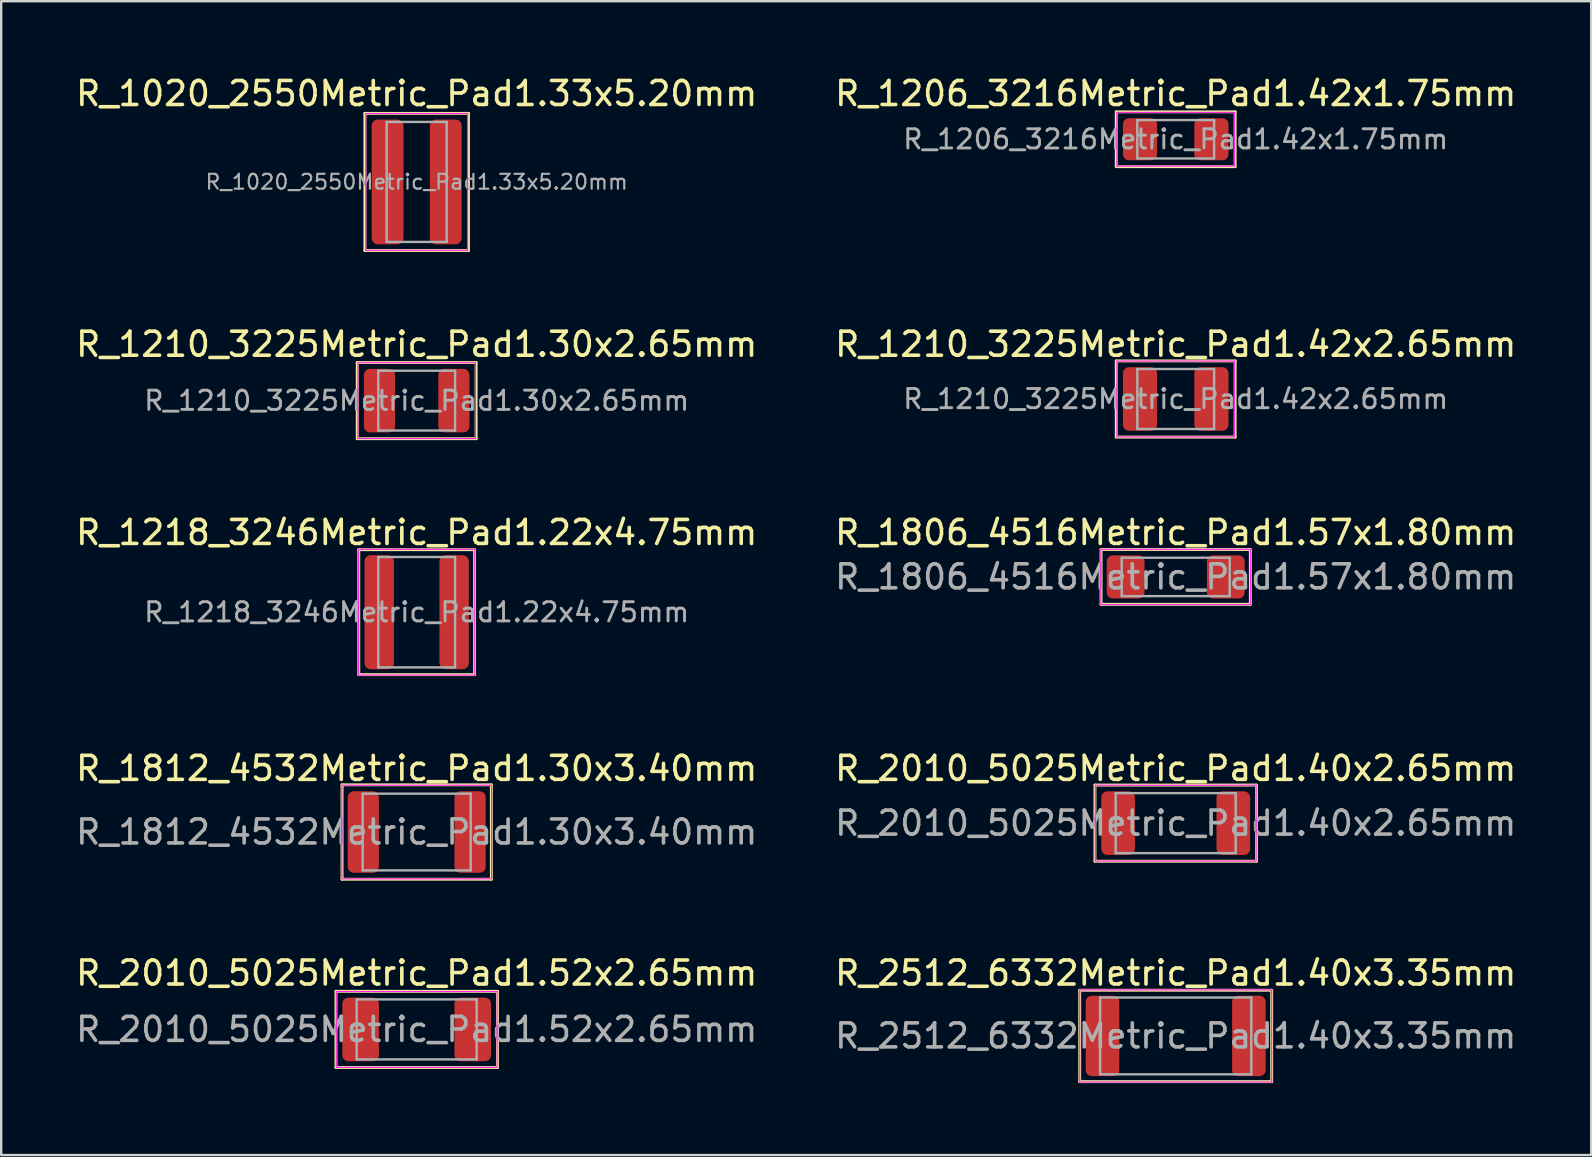
<source format=kicad_pcb>
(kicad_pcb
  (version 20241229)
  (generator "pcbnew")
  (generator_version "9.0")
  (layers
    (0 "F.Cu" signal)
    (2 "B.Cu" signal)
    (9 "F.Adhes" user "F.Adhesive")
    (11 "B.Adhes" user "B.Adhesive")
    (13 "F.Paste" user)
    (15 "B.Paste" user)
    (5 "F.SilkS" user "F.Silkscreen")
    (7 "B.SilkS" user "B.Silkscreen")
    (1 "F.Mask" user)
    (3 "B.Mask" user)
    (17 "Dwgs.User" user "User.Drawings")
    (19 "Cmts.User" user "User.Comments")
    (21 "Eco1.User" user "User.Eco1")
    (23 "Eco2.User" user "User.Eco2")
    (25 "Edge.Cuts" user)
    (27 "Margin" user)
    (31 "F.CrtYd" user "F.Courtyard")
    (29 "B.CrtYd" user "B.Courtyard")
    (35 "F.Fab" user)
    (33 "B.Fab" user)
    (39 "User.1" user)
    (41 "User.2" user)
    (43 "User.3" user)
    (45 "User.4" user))
  (footprint "R_1806_4516Metric_Pad1.57x1.80mm"
    (layer "F.Cu")
    (at 45.946 20.992)
    (property "Reference" "R_1806_4516Metric_Pad1.57x1.80mm" (at 0 -1.85 0) (layer "F.SilkS") (effects (font (size 1 1) (thickness 0.15))))
    (attr smd)
    (fp_line (start -3.111 -1.143) (end -3.111 1.143) (stroke (width 0.12) (type solid)) (layer "F.SilkS"))
    (fp_line (start -3.111 1.143) (end 3.111 1.143) (stroke (width 0.12) (type solid)) (layer "F.SilkS"))
    (fp_line (start 3.111 -1.143) (end -3.111 -1.143) (stroke (width 0.12) (type solid)) (layer "F.SilkS"))
    (fp_line (start 3.111 1.143) (end 3.111 -1.143) (stroke (width 0.12) (type solid)) (layer "F.SilkS"))
    (fp_line (start -3.12 -1.15) (end 3.12 -1.15) (stroke (width 0.05) (type solid)) (layer "F.CrtYd"))
    (fp_line (start -3.12 1.15) (end -3.12 -1.15) (stroke (width 0.05) (type solid)) (layer "F.CrtYd"))
    (fp_line (start 3.12 -1.15) (end 3.12 1.15) (stroke (width 0.05) (type solid)) (layer "F.CrtYd"))
    (fp_line (start 3.12 1.15) (end -3.12 1.15) (stroke (width 0.05) (type solid)) (layer "F.CrtYd"))
    (fp_line (start -2.25 -0.8) (end 2.25 -0.8) (stroke (width 0.1) (type solid)) (layer "F.Fab"))
    (fp_line (start -2.25 0.8) (end -2.25 -0.8) (stroke (width 0.1) (type solid)) (layer "F.Fab"))
    (fp_line (start 2.25 -0.8) (end 2.25 0.8) (stroke (width 0.1) (type solid)) (layer "F.Fab"))
    (fp_line (start 2.25 0.8) (end -2.25 0.8) (stroke (width 0.1) (type solid)) (layer "F.Fab"))
    (fp_text user "${REFERENCE}" (at 0 0 0) (layer "F.Fab") (effects (font (size 1 1) (thickness 0.15))))
    (pad "1" smd roundrect (at -2.087 0) (size 1.575 1.8) (layers "F.Cu" "F.Mask" "F.Paste") (roundrect_rratio 0.159))
    (pad "2" smd roundrect (at 2.087 0) (size 1.575 1.8) (layers "F.Cu" "F.Mask" "F.Paste") (roundrect_rratio 0.159)))
  (footprint "R_2512_6332Metric_Pad1.40x3.35mm"
    (layer "F.Cu")
    (at 45.946 40.121)
    (property "Reference" "R_2512_6332Metric_Pad1.40x3.35mm" (at 0 -2.62 0) (layer "F.SilkS") (effects (font (size 1 1) (thickness 0.15))))
    (attr smd)
    (fp_line (start -4 -1.905) (end -4 1.905) (stroke (width 0.12) (type solid)) (layer "F.SilkS"))
    (fp_line (start -4 1.905) (end 4 1.905) (stroke (width 0.12) (type solid)) (layer "F.SilkS"))
    (fp_line (start 4 -1.905) (end -4 -1.905) (stroke (width 0.12) (type solid)) (layer "F.SilkS"))
    (fp_line (start 4 1.905) (end 4 -1.905) (stroke (width 0.12) (type solid)) (layer "F.SilkS"))
    (fp_line (start -4 -1.92) (end 4 -1.92) (stroke (width 0.05) (type solid)) (layer "F.CrtYd"))
    (fp_line (start -4 1.92) (end -4 -1.92) (stroke (width 0.05) (type solid)) (layer "F.CrtYd"))
    (fp_line (start 4 -1.92) (end 4 1.92) (stroke (width 0.05) (type solid)) (layer "F.CrtYd"))
    (fp_line (start 4 1.92) (end -4 1.92) (stroke (width 0.05) (type solid)) (layer "F.CrtYd"))
    (fp_line (start -3.15 -1.6) (end 3.15 -1.6) (stroke (width 0.1) (type solid)) (layer "F.Fab"))
    (fp_line (start -3.15 1.6) (end -3.15 -1.6) (stroke (width 0.1) (type solid)) (layer "F.Fab"))
    (fp_line (start 3.15 -1.6) (end 3.15 1.6) (stroke (width 0.1) (type solid)) (layer "F.Fab"))
    (fp_line (start 3.15 1.6) (end -3.15 1.6) (stroke (width 0.1) (type solid)) (layer "F.Fab"))
    (fp_text user "${REFERENCE}" (at 0 0 0) (layer "F.Fab") (effects (font (size 1 1) (thickness 0.15))))
    (pad "1" smd roundrect (at -3.05 0) (size 1.4 3.35) (layers "F.Cu" "F.Mask" "F.Paste") (roundrect_rratio 0.179))
    (pad "2" smd roundrect (at 3.05 0) (size 1.4 3.35) (layers "F.Cu" "F.Mask" "F.Paste") (roundrect_rratio 0.179)))
  (footprint "R_1020_2550Metric_Pad1.33x5.20mm"
    (layer "F.Cu")
    (at 14.315 4.531)
    (property "Reference" "R_1020_2550Metric_Pad1.33x5.20mm" (at 0 -3.683 0) (layer "F.SilkS") (effects (font (size 1 1) (thickness 0.15))))
    (attr smd)
    (fp_line (start -2.159 -2.857) (end -2.159 2.857) (stroke (width 0.12) (type solid)) (layer "F.SilkS"))
    (fp_line (start -2.159 2.857) (end 2.159 2.857) (stroke (width 0.12) (type solid)) (layer "F.SilkS"))
    (fp_line (start -2.095 -2.857) (end -2.159 -2.857) (stroke (width 0.12) (type solid)) (layer "F.SilkS"))
    (fp_line (start 2.095 -2.857) (end -2.095 -2.857) (stroke (width 0.12) (type solid)) (layer "F.SilkS"))
    (fp_line (start 2.159 -2.857) (end 2.095 -2.857) (stroke (width 0.12) (type solid)) (layer "F.SilkS"))
    (fp_line (start 2.159 2.857) (end 2.159 -2.857) (stroke (width 0.12) (type solid)) (layer "F.SilkS"))
    (fp_line (start -2.12 -2.85) (end 2.12 -2.85) (stroke (width 0.05) (type solid)) (layer "F.CrtYd"))
    (fp_line (start -2.12 2.85) (end -2.12 -2.85) (stroke (width 0.05) (type solid)) (layer "F.CrtYd"))
    (fp_line (start 2.12 -2.85) (end 2.12 2.85) (stroke (width 0.05) (type solid)) (layer "F.CrtYd"))
    (fp_line (start 2.12 2.85) (end -2.12 2.85) (stroke (width 0.05) (type solid)) (layer "F.CrtYd"))
    (fp_line (start -1.25 -2.5) (end 1.25 -2.5) (stroke (width 0.1) (type solid)) (layer "F.Fab"))
    (fp_line (start -1.25 2.5) (end -1.25 -2.5) (stroke (width 0.1) (type solid)) (layer "F.Fab"))
    (fp_line (start 1.25 -2.5) (end 1.25 2.5) (stroke (width 0.1) (type solid)) (layer "F.Fab"))
    (fp_line (start 1.25 2.5) (end -1.25 2.5) (stroke (width 0.1) (type solid)) (layer "F.Fab"))
    (fp_text user "${REFERENCE}" (at 0 0 0) (layer "F.Fab") (effects (font (size 0.62 0.62) (thickness 0.09))))
    (pad "1" smd roundrect (at -1.212 0) (size 1.325 5.2) (layers "F.Cu" "F.Mask" "F.Paste") (roundrect_rratio 0.189))
    (pad "2" smd roundrect (at 1.212 0) (size 1.325 5.2) (layers "F.Cu" "F.Mask" "F.Paste") (roundrect_rratio 0.189)))
  (footprint "R_1210_3225Metric_Pad1.30x2.65mm"
    (layer "F.Cu")
    (at 14.315 13.646)
    (property "Reference" "R_1210_3225Metric_Pad1.30x2.65mm" (at 0 -2.349 0) (layer "F.SilkS") (effects (font (size 1 1) (thickness 0.15))))
    (attr smd)
    (fp_line (start -2.477 -1.587) (end -2.477 1.587) (stroke (width 0.12) (type solid)) (layer "F.SilkS"))
    (fp_line (start -2.477 1.587) (end 2.477 1.587) (stroke (width 0.12) (type solid)) (layer "F.SilkS"))
    (fp_line (start 2.477 -1.587) (end -2.477 -1.587) (stroke (width 0.12) (type solid)) (layer "F.SilkS"))
    (fp_line (start 2.477 1.587) (end 2.477 -1.587) (stroke (width 0.12) (type solid)) (layer "F.SilkS"))
    (fp_line (start -2.45 -1.58) (end 2.45 -1.58) (stroke (width 0.05) (type solid)) (layer "F.CrtYd"))
    (fp_line (start -2.45 1.58) (end -2.45 -1.58) (stroke (width 0.05) (type solid)) (layer "F.CrtYd"))
    (fp_line (start 2.45 -1.58) (end 2.45 1.58) (stroke (width 0.05) (type solid)) (layer "F.CrtYd"))
    (fp_line (start 2.45 1.58) (end -2.45 1.58) (stroke (width 0.05) (type solid)) (layer "F.CrtYd"))
    (fp_line (start -1.6 -1.245) (end 1.6 -1.245) (stroke (width 0.1) (type solid)) (layer "F.Fab"))
    (fp_line (start -1.6 1.245) (end -1.6 -1.245) (stroke (width 0.1) (type solid)) (layer "F.Fab"))
    (fp_line (start 1.6 -1.245) (end 1.6 1.245) (stroke (width 0.1) (type solid)) (layer "F.Fab"))
    (fp_line (start 1.6 1.245) (end -1.6 1.245) (stroke (width 0.1) (type solid)) (layer "F.Fab"))
    (fp_text user "${REFERENCE}" (at 0 0 0) (layer "F.Fab") (effects (font (size 0.8 0.8) (thickness 0.12))))
    (pad "1" smd roundrect (at -1.55 0) (size 1.3 2.65) (layers "F.Cu" "F.Mask" "F.Paste") (roundrect_rratio 0.192))
    (pad "2" smd roundrect (at 1.55 0) (size 1.3 2.65) (layers "F.Cu" "F.Mask" "F.Paste") (roundrect_rratio 0.192)))
  (footprint "R_2010_5025Metric_Pad1.40x2.65mm"
    (layer "F.Cu")
    (at 45.946 31.254)
    (property "Reference" "R_2010_5025Metric_Pad1.40x2.65mm" (at 0 -2.28 0) (layer "F.SilkS") (effects (font (size 1 1) (thickness 0.15))))
    (attr smd)
    (fp_line (start -3.365 -1.587) (end -3.365 1.587) (stroke (width 0.12) (type solid)) (layer "F.SilkS"))
    (fp_line (start -3.365 1.587) (end 3.365 1.587) (stroke (width 0.12) (type solid)) (layer "F.SilkS"))
    (fp_line (start 3.365 -1.587) (end -3.365 -1.587) (stroke (width 0.12) (type solid)) (layer "F.SilkS"))
    (fp_line (start 3.365 1.587) (end 3.365 -1.587) (stroke (width 0.12) (type solid)) (layer "F.SilkS"))
    (fp_line (start -3.35 -1.58) (end 3.35 -1.58) (stroke (width 0.05) (type solid)) (layer "F.CrtYd"))
    (fp_line (start -3.35 1.58) (end -3.35 -1.58) (stroke (width 0.05) (type solid)) (layer "F.CrtYd"))
    (fp_line (start 3.35 -1.58) (end 3.35 1.58) (stroke (width 0.05) (type solid)) (layer "F.CrtYd"))
    (fp_line (start 3.35 1.58) (end -3.35 1.58) (stroke (width 0.05) (type solid)) (layer "F.CrtYd"))
    (fp_line (start -2.5 -1.25) (end 2.5 -1.25) (stroke (width 0.1) (type solid)) (layer "F.Fab"))
    (fp_line (start -2.5 1.25) (end -2.5 -1.25) (stroke (width 0.1) (type solid)) (layer "F.Fab"))
    (fp_line (start 2.5 -1.25) (end 2.5 1.25) (stroke (width 0.1) (type solid)) (layer "F.Fab"))
    (fp_line (start 2.5 1.25) (end -2.5 1.25) (stroke (width 0.1) (type solid)) (layer "F.Fab"))
    (fp_text user "${REFERENCE}" (at 0 0 0) (layer "F.Fab") (effects (font (size 1 1) (thickness 0.15))))
    (pad "1" smd roundrect (at -2.4 0) (size 1.4 2.65) (layers "F.Cu" "F.Mask" "F.Paste") (roundrect_rratio 0.179))
    (pad "2" smd roundrect (at 2.4 0) (size 1.4 2.65) (layers "F.Cu" "F.Mask" "F.Paste") (roundrect_rratio 0.179)))
  (footprint "R_1210_3225Metric_Pad1.42x2.65mm"
    (layer "F.Cu")
    (at 45.946 13.577)
    (property "Reference" "R_1210_3225Metric_Pad1.42x2.65mm" (at 0 -2.28 0) (layer "F.SilkS") (effects (font (size 1 1) (thickness 0.15))))
    (attr smd)
    (fp_line (start -2.477 -1.587) (end -2.477 1.587) (stroke (width 0.12) (type solid)) (layer "F.SilkS"))
    (fp_line (start -2.477 1.587) (end 2.477 1.587) (stroke (width 0.12) (type solid)) (layer "F.SilkS"))
    (fp_line (start 2.477 -1.587) (end -2.477 -1.587) (stroke (width 0.12) (type solid)) (layer "F.SilkS"))
    (fp_line (start 2.477 1.587) (end 2.477 -1.587) (stroke (width 0.12) (type solid)) (layer "F.SilkS"))
    (fp_line (start -2.45 -1.58) (end 2.45 -1.58) (stroke (width 0.05) (type solid)) (layer "F.CrtYd"))
    (fp_line (start -2.45 1.58) (end -2.45 -1.58) (stroke (width 0.05) (type solid)) (layer "F.CrtYd"))
    (fp_line (start 2.45 -1.58) (end 2.45 1.58) (stroke (width 0.05) (type solid)) (layer "F.CrtYd"))
    (fp_line (start 2.45 1.58) (end -2.45 1.58) (stroke (width 0.05) (type solid)) (layer "F.CrtYd"))
    (fp_line (start -1.6 -1.25) (end 1.6 -1.25) (stroke (width 0.1) (type solid)) (layer "F.Fab"))
    (fp_line (start -1.6 1.25) (end -1.6 -1.25) (stroke (width 0.1) (type solid)) (layer "F.Fab"))
    (fp_line (start 1.6 -1.25) (end 1.6 1.25) (stroke (width 0.1) (type solid)) (layer "F.Fab"))
    (fp_line (start 1.6 1.25) (end -1.6 1.25) (stroke (width 0.1) (type solid)) (layer "F.Fab"))
    (fp_text user "${REFERENCE}" (at 0 0 0) (layer "F.Fab") (effects (font (size 0.8 0.8) (thickness 0.12))))
    (pad "1" smd roundrect (at -1.488 0) (size 1.425 2.65) (layers "F.Cu" "F.Mask" "F.Paste") (roundrect_rratio 0.175))
    (pad "2" smd roundrect (at 1.488 0) (size 1.425 2.65) (layers "F.Cu" "F.Mask" "F.Paste") (roundrect_rratio 0.175)))
  (footprint "R_1206_3216Metric_Pad1.42x1.75mm"
    (layer "F.Cu")
    (at 45.946 2.753)
    (property "Reference" "R_1206_3216Metric_Pad1.42x1.75mm" (at 0 -1.905 0) (layer "F.SilkS") (effects (font (size 1 1) (thickness 0.15))))
    (attr smd)
    (fp_line (start -2.477 -1.143) (end -2.477 1.143) (stroke (width 0.12) (type solid)) (layer "F.SilkS"))
    (fp_line (start -2.477 1.143) (end 2.477 1.143) (stroke (width 0.12) (type solid)) (layer "F.SilkS"))
    (fp_line (start 2.477 -1.143) (end -2.477 -1.143) (stroke (width 0.12) (type solid)) (layer "F.SilkS"))
    (fp_line (start 2.477 1.143) (end 2.477 -1.143) (stroke (width 0.12) (type solid)) (layer "F.SilkS"))
    (fp_line (start -2.45 -1.12) (end 2.45 -1.12) (stroke (width 0.05) (type solid)) (layer "F.CrtYd"))
    (fp_line (start -2.45 1.12) (end -2.45 -1.12) (stroke (width 0.05) (type solid)) (layer "F.CrtYd"))
    (fp_line (start 2.45 -1.12) (end 2.45 1.12) (stroke (width 0.05) (type solid)) (layer "F.CrtYd"))
    (fp_line (start 2.45 1.12) (end -2.45 1.12) (stroke (width 0.05) (type solid)) (layer "F.CrtYd"))
    (fp_line (start -1.6 -0.8) (end 1.6 -0.8) (stroke (width 0.1) (type solid)) (layer "F.Fab"))
    (fp_line (start -1.6 0.8) (end -1.6 -0.8) (stroke (width 0.1) (type solid)) (layer "F.Fab"))
    (fp_line (start 1.6 -0.8) (end 1.6 0.8) (stroke (width 0.1) (type solid)) (layer "F.Fab"))
    (fp_line (start 1.6 0.8) (end -1.6 0.8) (stroke (width 0.1) (type solid)) (layer "F.Fab"))
    (fp_text user "${REFERENCE}" (at 0 0 0) (layer "F.Fab") (effects (font (size 0.8 0.8) (thickness 0.12))))
    (pad "1" smd roundrect (at -1.488 0) (size 1.425 1.75) (layers "F.Cu" "F.Mask" "F.Paste") (roundrect_rratio 0.175))
    (pad "2" smd roundrect (at 1.488 0) (size 1.425 1.75) (layers "F.Cu" "F.Mask" "F.Paste") (roundrect_rratio 0.175)))
  (footprint "R_1218_3246Metric_Pad1.22x4.75mm"
    (layer "F.Cu")
    (at 14.315 22.462)
    (property "Reference" "R_1218_3246Metric_Pad1.22x4.75mm" (at 0 -3.32 0) (layer "F.SilkS") (effects (font (size 1 1) (thickness 0.15))))
    (attr smd)
    (fp_line (start -2.413 -2.603) (end -2.413 2.603) (stroke (width 0.12) (type solid)) (layer "F.SilkS"))
    (fp_line (start -2.413 2.603) (end 2.413 2.603) (stroke (width 0.12) (type solid)) (layer "F.SilkS"))
    (fp_line (start 2.413 -2.603) (end -2.413 -2.603) (stroke (width 0.12) (type solid)) (layer "F.SilkS"))
    (fp_line (start 2.413 2.603) (end 2.413 -2.603) (stroke (width 0.12) (type solid)) (layer "F.SilkS"))
    (fp_line (start -2.42 -2.62) (end 2.42 -2.62) (stroke (width 0.05) (type solid)) (layer "F.CrtYd"))
    (fp_line (start -2.42 2.62) (end -2.42 -2.62) (stroke (width 0.05) (type solid)) (layer "F.CrtYd"))
    (fp_line (start 2.42 -2.62) (end 2.42 2.62) (stroke (width 0.05) (type solid)) (layer "F.CrtYd"))
    (fp_line (start 2.42 2.62) (end -2.42 2.62) (stroke (width 0.05) (type solid)) (layer "F.CrtYd"))
    (fp_line (start -1.6 -2.3) (end 1.6 -2.3) (stroke (width 0.1) (type solid)) (layer "F.Fab"))
    (fp_line (start -1.6 2.3) (end -1.6 -2.3) (stroke (width 0.1) (type solid)) (layer "F.Fab"))
    (fp_line (start 1.6 -2.3) (end 1.6 2.3) (stroke (width 0.1) (type solid)) (layer "F.Fab"))
    (fp_line (start 1.6 2.3) (end -1.6 2.3) (stroke (width 0.1) (type solid)) (layer "F.Fab"))
    (fp_text user "${REFERENCE}" (at 0 0 0) (layer "F.Fab") (effects (font (size 0.8 0.8) (thickness 0.12))))
    (pad "1" smd roundrect (at -1.562 0) (size 1.225 4.75) (layers "F.Cu" "F.Mask" "F.Paste") (roundrect_rratio 0.204))
    (pad "2" smd roundrect (at 1.562 0) (size 1.225 4.75) (layers "F.Cu" "F.Mask" "F.Paste") (roundrect_rratio 0.204)))
  (footprint "R_1812_4532Metric_Pad1.30x3.40mm"
    (layer "F.Cu")
    (at 14.315 31.624)
    (property "Reference" "R_1812_4532Metric_Pad1.30x3.40mm" (at 0 -2.65 0) (layer "F.SilkS") (effects (font (size 1 1) (thickness 0.15))))
    (attr smd)
    (fp_line (start -3.111 -1.968) (end -3.111 -1.905) (stroke (width 0.12) (type solid)) (layer "F.SilkS"))
    (fp_line (start -3.111 -1.905) (end -3.111 1.905) (stroke (width 0.12) (type solid)) (layer "F.SilkS"))
    (fp_line (start -3.111 1.905) (end -3.111 1.968) (stroke (width 0.12) (type solid)) (layer "F.SilkS"))
    (fp_line (start -3.111 1.968) (end 3.111 1.968) (stroke (width 0.12) (type solid)) (layer "F.SilkS"))
    (fp_line (start 3.111 -1.968) (end -3.111 -1.968) (stroke (width 0.12) (type solid)) (layer "F.SilkS"))
    (fp_line (start 3.111 -1.905) (end 3.111 -1.968) (stroke (width 0.12) (type solid)) (layer "F.SilkS"))
    (fp_line (start 3.111 1.968) (end 3.111 -1.905) (stroke (width 0.12) (type solid)) (layer "F.SilkS"))
    (fp_line (start -3.12 -1.95) (end 3.12 -1.95) (stroke (width 0.05) (type solid)) (layer "F.CrtYd"))
    (fp_line (start -3.12 1.95) (end -3.12 -1.95) (stroke (width 0.05) (type solid)) (layer "F.CrtYd"))
    (fp_line (start 3.12 -1.95) (end 3.12 1.95) (stroke (width 0.05) (type solid)) (layer "F.CrtYd"))
    (fp_line (start 3.12 1.95) (end -3.12 1.95) (stroke (width 0.05) (type solid)) (layer "F.CrtYd"))
    (fp_line (start -2.25 -1.6) (end 2.25 -1.6) (stroke (width 0.1) (type solid)) (layer "F.Fab"))
    (fp_line (start -2.25 1.6) (end -2.25 -1.6) (stroke (width 0.1) (type solid)) (layer "F.Fab"))
    (fp_line (start 2.25 -1.6) (end 2.25 1.6) (stroke (width 0.1) (type solid)) (layer "F.Fab"))
    (fp_line (start 2.25 1.6) (end -2.25 1.6) (stroke (width 0.1) (type solid)) (layer "F.Fab"))
    (fp_text user "${REFERENCE}" (at 0 0 0) (layer "F.Fab") (effects (font (size 1 1) (thickness 0.15))))
    (pad "1" smd roundrect (at -2.225 0) (size 1.3 3.4) (layers "F.Cu" "F.Mask" "F.Paste") (roundrect_rratio 0.192))
    (pad "2" smd roundrect (at 2.225 0) (size 1.3 3.4) (layers "F.Cu" "F.Mask" "F.Paste") (roundrect_rratio 0.192)))
  (footprint "R_2010_5025Metric_Pad1.52x2.65mm"
    (layer "F.Cu")
    (at 14.315 39.85)
    (property "Reference" "R_2010_5025Metric_Pad1.52x2.65mm" (at 0 -2.349 0) (layer "F.SilkS") (effects (font (size 1 1) (thickness 0.15))))
    (attr smd)
    (fp_line (start -3.365 -1.587) (end -3.365 1.587) (stroke (width 0.12) (type solid)) (layer "F.SilkS"))
    (fp_line (start -3.365 1.587) (end 3.365 1.587) (stroke (width 0.12) (type solid)) (layer "F.SilkS"))
    (fp_line (start 3.365 -1.587) (end -3.365 -1.587) (stroke (width 0.12) (type solid)) (layer "F.SilkS"))
    (fp_line (start 3.365 1.587) (end 3.365 -1.587) (stroke (width 0.12) (type solid)) (layer "F.SilkS"))
    (fp_line (start -3.35 -1.58) (end 3.35 -1.58) (stroke (width 0.05) (type solid)) (layer "F.CrtYd"))
    (fp_line (start -3.35 1.58) (end -3.35 -1.58) (stroke (width 0.05) (type solid)) (layer "F.CrtYd"))
    (fp_line (start 3.35 -1.58) (end 3.35 1.58) (stroke (width 0.05) (type solid)) (layer "F.CrtYd"))
    (fp_line (start 3.35 1.58) (end -3.35 1.58) (stroke (width 0.05) (type solid)) (layer "F.CrtYd"))
    (fp_line (start -2.5 -1.25) (end 2.5 -1.25) (stroke (width 0.1) (type solid)) (layer "F.Fab"))
    (fp_line (start -2.5 1.25) (end -2.5 -1.25) (stroke (width 0.1) (type solid)) (layer "F.Fab"))
    (fp_line (start 2.5 -1.25) (end 2.5 1.25) (stroke (width 0.1) (type solid)) (layer "F.Fab"))
    (fp_line (start 2.5 1.25) (end -2.5 1.25) (stroke (width 0.1) (type solid)) (layer "F.Fab"))
    (fp_text user "${REFERENCE}" (at 0 0 0) (layer "F.Fab") (effects (font (size 1 1) (thickness 0.15))))
    (pad "1" smd roundrect (at -2.337 0) (size 1.525 2.65) (layers "F.Cu" "F.Mask" "F.Paste") (roundrect_rratio 0.164))
    (pad "2" smd roundrect (at 2.337 0) (size 1.525 2.65) (layers "F.Cu" "F.Mask" "F.Paste") (roundrect_rratio 0.164)))
  (gr_rect
    (start -3 -3)
    (end 63.262 45.086)
    (stroke (width 0.1) (type default))
    (fill no)
    (layer "Edge.Cuts")))
</source>
